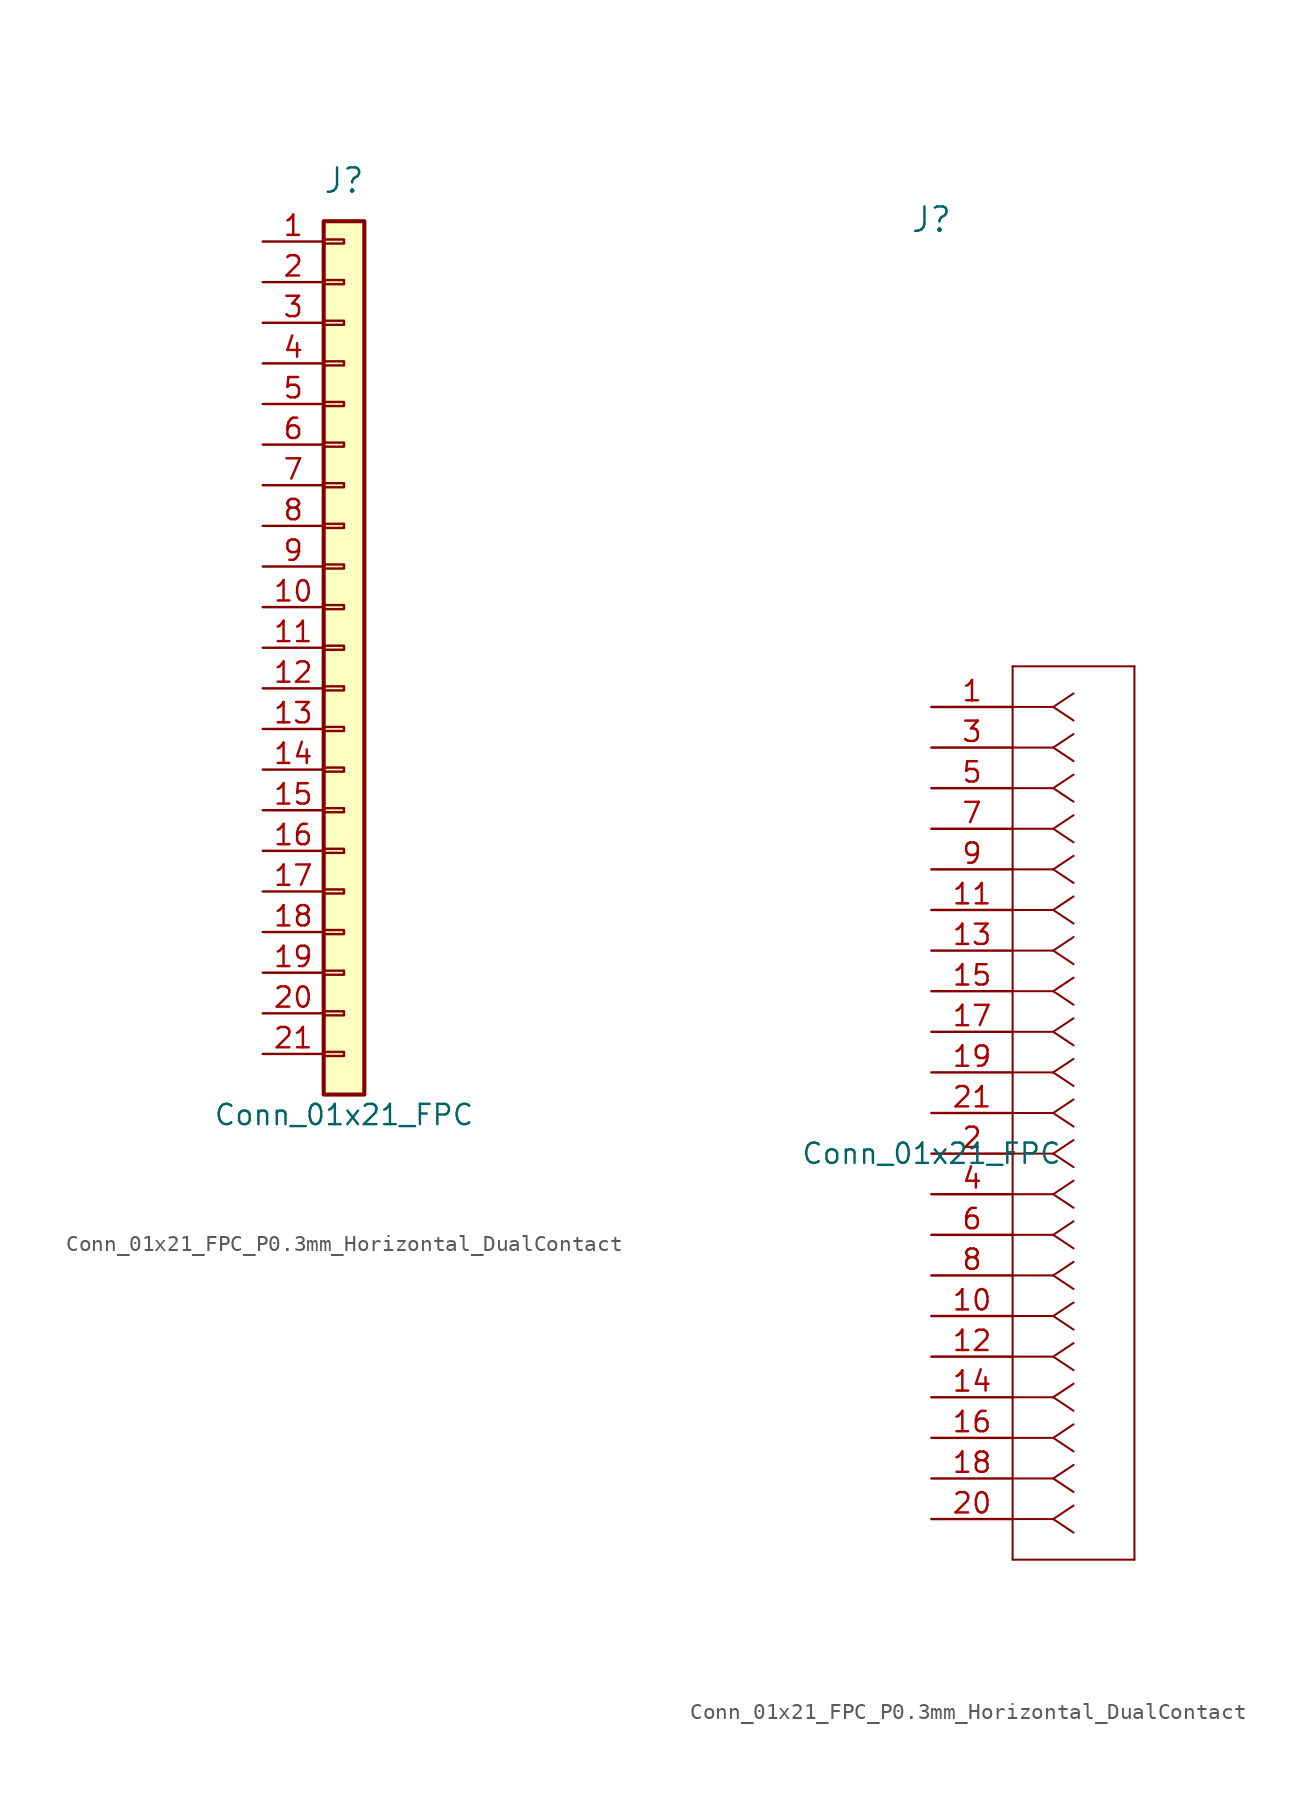
<source format=kicad_sym>
(kicad_symbol_lib
  (version 20241209)
  (generator "kicad_symbol_editor")
  (generator_version "9.0")
  (symbol "Conn_01x21_FPC_P0.3mm_Horizontal_DualContact"
    (pin_names
      (offset 0.254)
      (hide yes))
    (property "Reference" "J"
      (at 0 30.48 0)
      (effects (font (size 1.524 1.524))))
    (property "Value" "Conn_01x21_FPC"
      (at 0 -27.94 0)
      (effects (font (size 1.27 1.27))))
    (symbol "Conn_01x21_FPC_P0.3mm_Horizontal_DualContact_1_1"
      (rectangle (start -1.27 27.94) (end 1.27 -26.67) (stroke (width 0.254) (type default)) (fill (type background)))
      (rectangle (start -1.27 26.797) (end 0 26.543) (stroke (width 0.152) (type default)) (fill (type none)))
      (rectangle (start -1.27 24.257) (end 0 24.003) (stroke (width 0.152) (type default)) (fill (type none)))
      (rectangle (start -1.27 21.717) (end 0 21.463) (stroke (width 0.152) (type default)) (fill (type none)))
      (rectangle (start -1.27 19.177) (end 0 18.923) (stroke (width 0.152) (type default)) (fill (type none)))
      (rectangle (start -1.27 16.637) (end 0 16.383) (stroke (width 0.152) (type default)) (fill (type none)))
      (rectangle (start -1.27 14.097) (end 0 13.843) (stroke (width 0.152) (type default)) (fill (type none)))
      (rectangle (start -1.27 11.557) (end 0 11.303) (stroke (width 0.152) (type default)) (fill (type none)))
      (rectangle (start -1.27 9.017) (end 0 8.763) (stroke (width 0.152) (type default)) (fill (type none)))
      (rectangle (start -1.27 6.477) (end 0 6.223) (stroke (width 0.152) (type default)) (fill (type none)))
      (rectangle (start -1.27 3.937) (end 0 3.683) (stroke (width 0.152) (type default)) (fill (type none)))
      (rectangle (start -1.27 1.397) (end 0 1.143) (stroke (width 0.152) (type default)) (fill (type none)))
      (rectangle (start -1.27 -1.143) (end 0 -1.397) (stroke (width 0.152) (type default)) (fill (type none)))
      (rectangle (start -1.27 -3.683) (end 0 -3.937) (stroke (width 0.152) (type default)) (fill (type none)))
      (rectangle (start -1.27 -6.223) (end 0 -6.477) (stroke (width 0.152) (type default)) (fill (type none)))
      (rectangle (start -1.27 -8.763) (end 0 -9.017) (stroke (width 0.152) (type default)) (fill (type none)))
      (rectangle (start -1.27 -11.303) (end 0 -11.557) (stroke (width 0.152) (type default)) (fill (type none)))
      (rectangle (start -1.27 -13.843) (end 0 -14.097) (stroke (width 0.152) (type default)) (fill (type none)))
      (rectangle (start -1.27 -16.383) (end 0 -16.637) (stroke (width 0.152) (type default)) (fill (type none)))
      (rectangle (start -1.27 -18.923) (end 0 -19.177) (stroke (width 0.152) (type default)) (fill (type none)))
      (rectangle (start -1.27 -21.463) (end 0 -21.717) (stroke (width 0.152) (type default)) (fill (type none)))
      (rectangle (start -1.27 -24.003) (end 0 -24.257) (stroke (width 0.152) (type default)) (fill (type none)))
      (pin passive line (at -5.08 26.67 0) (length 3.81) (name "Pin_1" (effects (font (size 1.27 1.27)))) (number "1" (effects (font (size 1.27 1.27)))))
      (pin passive line (at -5.08 24.13 0) (length 3.81) (name "Pin_2" (effects (font (size 1.27 1.27)))) (number "2" (effects (font (size 1.27 1.27)))))
      (pin passive line (at -5.08 21.59 0) (length 3.81) (name "Pin_3" (effects (font (size 1.27 1.27)))) (number "3" (effects (font (size 1.27 1.27)))))
      (pin passive line (at -5.08 19.05 0) (length 3.81) (name "Pin_4" (effects (font (size 1.27 1.27)))) (number "4" (effects (font (size 1.27 1.27)))))
      (pin passive line (at -5.08 16.51 0) (length 3.81) (name "Pin_5" (effects (font (size 1.27 1.27)))) (number "5" (effects (font (size 1.27 1.27)))))
      (pin passive line (at -5.08 13.97 0) (length 3.81) (name "Pin_6" (effects (font (size 1.27 1.27)))) (number "6" (effects (font (size 1.27 1.27)))))
      (pin passive line (at -5.08 11.43 0) (length 3.81) (name "Pin_7" (effects (font (size 1.27 1.27)))) (number "7" (effects (font (size 1.27 1.27)))))
      (pin passive line (at -5.08 8.89 0) (length 3.81) (name "Pin_8" (effects (font (size 1.27 1.27)))) (number "8" (effects (font (size 1.27 1.27)))))
      (pin passive line (at -5.08 6.35 0) (length 3.81) (name "Pin_9" (effects (font (size 1.27 1.27)))) (number "9" (effects (font (size 1.27 1.27)))))
      (pin passive line (at -5.08 3.81 0) (length 3.81) (name "Pin_10" (effects (font (size 1.27 1.27)))) (number "10" (effects (font (size 1.27 1.27)))))
      (pin passive line (at -5.08 1.27 0) (length 3.81) (name "Pin_11" (effects (font (size 1.27 1.27)))) (number "11" (effects (font (size 1.27 1.27)))))
      (pin passive line (at -5.08 -1.27 0) (length 3.81) (name "Pin_12" (effects (font (size 1.27 1.27)))) (number "12" (effects (font (size 1.27 1.27)))))
      (pin passive line (at -5.08 -3.81 0) (length 3.81) (name "Pin_13" (effects (font (size 1.27 1.27)))) (number "13" (effects (font (size 1.27 1.27)))))
      (pin passive line (at -5.08 -6.35 0) (length 3.81) (name "Pin_14" (effects (font (size 1.27 1.27)))) (number "14" (effects (font (size 1.27 1.27)))))
      (pin passive line (at -5.08 -8.89 0) (length 3.81) (name "Pin_15" (effects (font (size 1.27 1.27)))) (number "15" (effects (font (size 1.27 1.27)))))
      (pin passive line (at -5.08 -11.43 0) (length 3.81) (name "Pin_16" (effects (font (size 1.27 1.27)))) (number "16" (effects (font (size 1.27 1.27)))))
      (pin passive line (at -5.08 -13.97 0) (length 3.81) (name "Pin_17" (effects (font (size 1.27 1.27)))) (number "17" (effects (font (size 1.27 1.27)))))
      (pin passive line (at -5.08 -16.51 0) (length 3.81) (name "Pin_18" (effects (font (size 1.27 1.27)))) (number "18" (effects (font (size 1.27 1.27)))))
      (pin passive line (at -5.08 -19.05 0) (length 3.81) (name "Pin_19" (effects (font (size 1.27 1.27)))) (number "19" (effects (font (size 1.27 1.27)))))
      (pin passive line (at -5.08 -21.59 0) (length 3.81) (name "Pin_20" (effects (font (size 1.27 1.27)))) (number "20" (effects (font (size 1.27 1.27)))))
      (pin passive line (at -5.08 -24.13 0) (length 3.81) (name "Pin_21" (effects (font (size 1.27 1.27)))) (number "21" (effects (font (size 1.27 1.27))))))
    (symbol "Conn_01x21_FPC_P0.3mm_Horizontal_DualContact_1_2"
      (polyline (pts (xy 5.08 2.54) (xy 5.08 -53.34)) (stroke (width 0.127) (type default)) (fill (type none)))
      (polyline (pts (xy 5.08 -53.34) (xy 12.7 -53.34)) (stroke (width 0.127) (type default)) (fill (type none)))
      (polyline (pts (xy 7.62 0) (xy 5.08 0)) (stroke (width 0.127) (type default)) (fill (type none)))
      (polyline (pts (xy 7.62 0) (xy 8.89 0.847)) (stroke (width 0.127) (type default)) (fill (type none)))
      (polyline (pts (xy 7.62 0) (xy 8.89 -0.847)) (stroke (width 0.127) (type default)) (fill (type none)))
      (polyline (pts (xy 7.62 -2.54) (xy 5.08 -2.54)) (stroke (width 0.127) (type default)) (fill (type none)))
      (polyline (pts (xy 7.62 -2.54) (xy 8.89 -1.693)) (stroke (width 0.127) (type default)) (fill (type none)))
      (polyline (pts (xy 7.62 -2.54) (xy 8.89 -3.387)) (stroke (width 0.127) (type default)) (fill (type none)))
      (polyline (pts (xy 7.62 -5.08) (xy 5.08 -5.08)) (stroke (width 0.127) (type default)) (fill (type none)))
      (polyline (pts (xy 7.62 -5.08) (xy 8.89 -4.233)) (stroke (width 0.127) (type default)) (fill (type none)))
      (polyline (pts (xy 7.62 -5.08) (xy 8.89 -5.927)) (stroke (width 0.127) (type default)) (fill (type none)))
      (polyline (pts (xy 7.62 -7.62) (xy 5.08 -7.62)) (stroke (width 0.127) (type default)) (fill (type none)))
      (polyline (pts (xy 7.62 -7.62) (xy 8.89 -6.773)) (stroke (width 0.127) (type default)) (fill (type none)))
      (polyline (pts (xy 7.62 -7.62) (xy 8.89 -8.467)) (stroke (width 0.127) (type default)) (fill (type none)))
      (polyline (pts (xy 7.62 -10.16) (xy 5.08 -10.16)) (stroke (width 0.127) (type default)) (fill (type none)))
      (polyline (pts (xy 7.62 -10.16) (xy 8.89 -9.313)) (stroke (width 0.127) (type default)) (fill (type none)))
      (polyline (pts (xy 7.62 -10.16) (xy 8.89 -11.007)) (stroke (width 0.127) (type default)) (fill (type none)))
      (polyline (pts (xy 7.62 -12.7) (xy 5.08 -12.7)) (stroke (width 0.127) (type default)) (fill (type none)))
      (polyline (pts (xy 7.62 -12.7) (xy 8.89 -11.853)) (stroke (width 0.127) (type default)) (fill (type none)))
      (polyline (pts (xy 7.62 -12.7) (xy 8.89 -13.547)) (stroke (width 0.127) (type default)) (fill (type none)))
      (polyline (pts (xy 7.62 -15.24) (xy 5.08 -15.24)) (stroke (width 0.127) (type default)) (fill (type none)))
      (polyline (pts (xy 7.62 -15.24) (xy 8.89 -14.393)) (stroke (width 0.127) (type default)) (fill (type none)))
      (polyline (pts (xy 7.62 -15.24) (xy 8.89 -16.087)) (stroke (width 0.127) (type default)) (fill (type none)))
      (polyline (pts (xy 7.62 -17.78) (xy 5.08 -17.78)) (stroke (width 0.127) (type default)) (fill (type none)))
      (polyline (pts (xy 7.62 -17.78) (xy 8.89 -16.933)) (stroke (width 0.127) (type default)) (fill (type none)))
      (polyline (pts (xy 7.62 -17.78) (xy 8.89 -18.627)) (stroke (width 0.127) (type default)) (fill (type none)))
      (polyline (pts (xy 7.62 -20.32) (xy 5.08 -20.32)) (stroke (width 0.127) (type default)) (fill (type none)))
      (polyline (pts (xy 7.62 -20.32) (xy 8.89 -19.473)) (stroke (width 0.127) (type default)) (fill (type none)))
      (polyline (pts (xy 7.62 -20.32) (xy 8.89 -21.167)) (stroke (width 0.127) (type default)) (fill (type none)))
      (polyline (pts (xy 7.62 -22.86) (xy 5.08 -22.86)) (stroke (width 0.127) (type default)) (fill (type none)))
      (polyline (pts (xy 7.62 -22.86) (xy 8.89 -22.013)) (stroke (width 0.127) (type default)) (fill (type none)))
      (polyline (pts (xy 7.62 -22.86) (xy 8.89 -23.707)) (stroke (width 0.127) (type default)) (fill (type none)))
      (polyline (pts (xy 7.62 -25.4) (xy 5.08 -25.4)) (stroke (width 0.127) (type default)) (fill (type none)))
      (polyline (pts (xy 7.62 -25.4) (xy 8.89 -24.553)) (stroke (width 0.127) (type default)) (fill (type none)))
      (polyline (pts (xy 7.62 -25.4) (xy 8.89 -26.247)) (stroke (width 0.127) (type default)) (fill (type none)))
      (polyline (pts (xy 7.62 -27.94) (xy 5.08 -27.94)) (stroke (width 0.127) (type default)) (fill (type none)))
      (polyline (pts (xy 7.62 -27.94) (xy 8.89 -27.093)) (stroke (width 0.127) (type default)) (fill (type none)))
      (polyline (pts (xy 7.62 -27.94) (xy 8.89 -28.787)) (stroke (width 0.127) (type default)) (fill (type none)))
      (polyline (pts (xy 7.62 -30.48) (xy 5.08 -30.48)) (stroke (width 0.127) (type default)) (fill (type none)))
      (polyline (pts (xy 7.62 -30.48) (xy 8.89 -29.633)) (stroke (width 0.127) (type default)) (fill (type none)))
      (polyline (pts (xy 7.62 -30.48) (xy 8.89 -31.327)) (stroke (width 0.127) (type default)) (fill (type none)))
      (polyline (pts (xy 7.62 -33.02) (xy 5.08 -33.02)) (stroke (width 0.127) (type default)) (fill (type none)))
      (polyline (pts (xy 7.62 -33.02) (xy 8.89 -32.173)) (stroke (width 0.127) (type default)) (fill (type none)))
      (polyline (pts (xy 7.62 -33.02) (xy 8.89 -33.867)) (stroke (width 0.127) (type default)) (fill (type none)))
      (polyline (pts (xy 7.62 -35.56) (xy 5.08 -35.56)) (stroke (width 0.127) (type default)) (fill (type none)))
      (polyline (pts (xy 7.62 -35.56) (xy 8.89 -34.713)) (stroke (width 0.127) (type default)) (fill (type none)))
      (polyline (pts (xy 7.62 -35.56) (xy 8.89 -36.407)) (stroke (width 0.127) (type default)) (fill (type none)))
      (polyline (pts (xy 7.62 -38.1) (xy 5.08 -38.1)) (stroke (width 0.127) (type default)) (fill (type none)))
      (polyline (pts (xy 7.62 -38.1) (xy 8.89 -37.253)) (stroke (width 0.127) (type default)) (fill (type none)))
      (polyline (pts (xy 7.62 -38.1) (xy 8.89 -38.947)) (stroke (width 0.127) (type default)) (fill (type none)))
      (polyline (pts (xy 7.62 -40.64) (xy 5.08 -40.64)) (stroke (width 0.127) (type default)) (fill (type none)))
      (polyline (pts (xy 7.62 -40.64) (xy 8.89 -39.793)) (stroke (width 0.127) (type default)) (fill (type none)))
      (polyline (pts (xy 7.62 -40.64) (xy 8.89 -41.487)) (stroke (width 0.127) (type default)) (fill (type none)))
      (polyline (pts (xy 7.62 -43.18) (xy 5.08 -43.18)) (stroke (width 0.127) (type default)) (fill (type none)))
      (polyline (pts (xy 7.62 -43.18) (xy 8.89 -42.333)) (stroke (width 0.127) (type default)) (fill (type none)))
      (polyline (pts (xy 7.62 -43.18) (xy 8.89 -44.027)) (stroke (width 0.127) (type default)) (fill (type none)))
      (polyline (pts (xy 7.62 -45.72) (xy 5.08 -45.72)) (stroke (width 0.127) (type default)) (fill (type none)))
      (polyline (pts (xy 7.62 -45.72) (xy 8.89 -44.873)) (stroke (width 0.127) (type default)) (fill (type none)))
      (polyline (pts (xy 7.62 -45.72) (xy 8.89 -46.567)) (stroke (width 0.127) (type default)) (fill (type none)))
      (polyline (pts (xy 7.62 -48.26) (xy 5.08 -48.26)) (stroke (width 0.127) (type default)) (fill (type none)))
      (polyline (pts (xy 7.62 -48.26) (xy 8.89 -47.413)) (stroke (width 0.127) (type default)) (fill (type none)))
      (polyline (pts (xy 7.62 -48.26) (xy 8.89 -49.107)) (stroke (width 0.127) (type default)) (fill (type none)))
      (polyline (pts (xy 7.62 -50.8) (xy 5.08 -50.8)) (stroke (width 0.127) (type default)) (fill (type none)))
      (polyline (pts (xy 7.62 -50.8) (xy 8.89 -49.953)) (stroke (width 0.127) (type default)) (fill (type none)))
      (polyline (pts (xy 7.62 -50.8) (xy 8.89 -51.647)) (stroke (width 0.127) (type default)) (fill (type none)))
      (polyline (pts (xy 12.7 2.54) (xy 5.08 2.54)) (stroke (width 0.127) (type default)) (fill (type none)))
      (polyline (pts (xy 12.7 -53.34) (xy 12.7 2.54)) (stroke (width 0.127) (type default)) (fill (type none)))
      (pin unspecified line (at 0 0 0) (length 5.08) (name "1" (effects (font (size 1.27 1.27)))) (number "1" (effects (font (size 1.27 1.27)))))
      (pin unspecified line (at 0 -2.54 0) (length 5.08) (name "3" (effects (font (size 1.27 1.27)))) (number "3" (effects (font (size 1.27 1.27)))))
      (pin unspecified line (at 0 -5.08 0) (length 5.08) (name "5" (effects (font (size 1.27 1.27)))) (number "5" (effects (font (size 1.27 1.27)))))
      (pin unspecified line (at 0 -7.62 0) (length 5.08) (name "7" (effects (font (size 1.27 1.27)))) (number "7" (effects (font (size 1.27 1.27)))))
      (pin unspecified line (at 0 -10.16 0) (length 5.08) (name "9" (effects (font (size 1.27 1.27)))) (number "9" (effects (font (size 1.27 1.27)))))
      (pin unspecified line (at 0 -12.7 0) (length 5.08) (name "11" (effects (font (size 1.27 1.27)))) (number "11" (effects (font (size 1.27 1.27)))))
      (pin unspecified line (at 0 -15.24 0) (length 5.08) (name "13" (effects (font (size 1.27 1.27)))) (number "13" (effects (font (size 1.27 1.27)))))
      (pin unspecified line (at 0 -17.78 0) (length 5.08) (name "15" (effects (font (size 1.27 1.27)))) (number "15" (effects (font (size 1.27 1.27)))))
      (pin unspecified line (at 0 -20.32 0) (length 5.08) (name "17" (effects (font (size 1.27 1.27)))) (number "17" (effects (font (size 1.27 1.27)))))
      (pin unspecified line (at 0 -22.86 0) (length 5.08) (name "19" (effects (font (size 1.27 1.27)))) (number "19" (effects (font (size 1.27 1.27)))))
      (pin unspecified line (at 0 -25.4 0) (length 5.08) (name "21" (effects (font (size 1.27 1.27)))) (number "21" (effects (font (size 1.27 1.27)))))
      (pin unspecified line (at 0 -27.94 0) (length 5.08) (name "2" (effects (font (size 1.27 1.27)))) (number "2" (effects (font (size 1.27 1.27)))))
      (pin unspecified line (at 0 -30.48 0) (length 5.08) (name "4" (effects (font (size 1.27 1.27)))) (number "4" (effects (font (size 1.27 1.27)))))
      (pin unspecified line (at 0 -33.02 0) (length 5.08) (name "6" (effects (font (size 1.27 1.27)))) (number "6" (effects (font (size 1.27 1.27)))))
      (pin unspecified line (at 0 -35.56 0) (length 5.08) (name "8" (effects (font (size 1.27 1.27)))) (number "8" (effects (font (size 1.27 1.27)))))
      (pin unspecified line (at 0 -38.1 0) (length 5.08) (name "10" (effects (font (size 1.27 1.27)))) (number "10" (effects (font (size 1.27 1.27)))))
      (pin unspecified line (at 0 -40.64 0) (length 5.08) (name "12" (effects (font (size 1.27 1.27)))) (number "12" (effects (font (size 1.27 1.27)))))
      (pin unspecified line (at 0 -43.18 0) (length 5.08) (name "14" (effects (font (size 1.27 1.27)))) (number "14" (effects (font (size 1.27 1.27)))))
      (pin unspecified line (at 0 -45.72 0) (length 5.08) (name "16" (effects (font (size 1.27 1.27)))) (number "16" (effects (font (size 1.27 1.27)))))
      (pin unspecified line (at 0 -48.26 0) (length 5.08) (name "18" (effects (font (size 1.27 1.27)))) (number "18" (effects (font (size 1.27 1.27)))))
      (pin unspecified line (at 0 -50.8 0) (length 5.08) (name "20" (effects (font (size 1.27 1.27)))) (number "20" (effects (font (size 1.27 1.27))))))))
</source>
